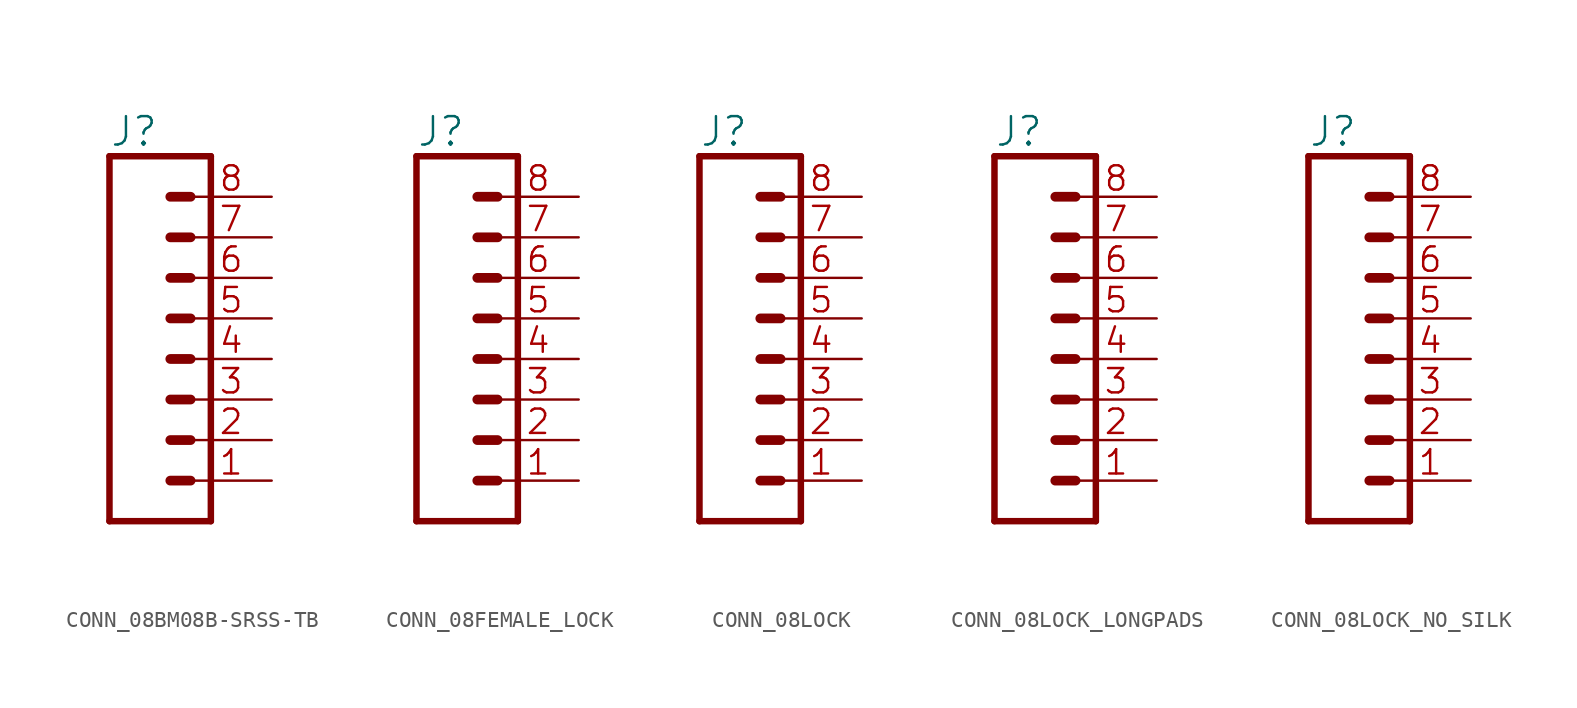
<source format=kicad_sym>
(kicad_symbol_lib
  (version 20241209)
  (generator "kicad_symbol_editor")
  (generator_version "9.0")
  (symbol "CONN_08BM08B-SRSS-TB"
    (property "Reference" "J"
      (at -5.08 13.208 0)
      (effects (font (size 1.778 1.778)) (justify left bottom)))
    (property "Value" ""
      (at -5.08 -12.446 0)
      (effects (font (size 1.778 1.778)) (justify left bottom)))
    (property "ki_locked" ""
      (at 0 0 0)
      (effects (font (size 1.27 1.27))))
    (symbol "CONN_08BM08B-SRSS-TB_1_0"
      (polyline (pts (xy -5.08 12.7) (xy -5.08 -10.16)) (stroke (width 0.406) (type solid)) (fill (type none)))
      (polyline (pts (xy -5.08 12.7) (xy 1.27 12.7)) (stroke (width 0.406) (type solid)) (fill (type none)))
      (polyline (pts (xy -1.27 10.16) (xy 0 10.16)) (stroke (width 0.61) (type solid)) (fill (type none)))
      (polyline (pts (xy -1.27 7.62) (xy 0 7.62)) (stroke (width 0.61) (type solid)) (fill (type none)))
      (polyline (pts (xy -1.27 5.08) (xy 0 5.08)) (stroke (width 0.61) (type solid)) (fill (type none)))
      (polyline (pts (xy -1.27 2.54) (xy 0 2.54)) (stroke (width 0.61) (type solid)) (fill (type none)))
      (polyline (pts (xy -1.27 0) (xy 0 0)) (stroke (width 0.61) (type solid)) (fill (type none)))
      (polyline (pts (xy -1.27 -2.54) (xy 0 -2.54)) (stroke (width 0.61) (type solid)) (fill (type none)))
      (polyline (pts (xy -1.27 -5.08) (xy 0 -5.08)) (stroke (width 0.61) (type solid)) (fill (type none)))
      (polyline (pts (xy -1.27 -7.62) (xy 0 -7.62)) (stroke (width 0.61) (type solid)) (fill (type none)))
      (polyline (pts (xy 1.27 -10.16) (xy -5.08 -10.16)) (stroke (width 0.406) (type solid)) (fill (type none)))
      (polyline (pts (xy 1.27 -10.16) (xy 1.27 12.7)) (stroke (width 0.406) (type solid)) (fill (type none)))
      (pin passive line (at 5.08 10.16 180) (length 5.08) (name "8" (effects (font (size 0 0)))) (number "8" (effects (font (size 1.524 1.524)))))
      (pin passive line (at 5.08 7.62 180) (length 5.08) (name "7" (effects (font (size 0 0)))) (number "7" (effects (font (size 1.524 1.524)))))
      (pin passive line (at 5.08 5.08 180) (length 5.08) (name "6" (effects (font (size 0 0)))) (number "6" (effects (font (size 1.524 1.524)))))
      (pin passive line (at 5.08 2.54 180) (length 5.08) (name "5" (effects (font (size 0 0)))) (number "5" (effects (font (size 1.524 1.524)))))
      (pin passive line (at 5.08 0 180) (length 5.08) (name "4" (effects (font (size 0 0)))) (number "4" (effects (font (size 1.524 1.524)))))
      (pin passive line (at 5.08 -2.54 180) (length 5.08) (name "3" (effects (font (size 0 0)))) (number "3" (effects (font (size 1.524 1.524)))))
      (pin passive line (at 5.08 -5.08 180) (length 5.08) (name "2" (effects (font (size 0 0)))) (number "2" (effects (font (size 1.524 1.524)))))
      (pin passive line (at 5.08 -7.62 180) (length 5.08) (name "1" (effects (font (size 0 0)))) (number "1" (effects (font (size 1.524 1.524)))))))
  (symbol "CONN_08FEMALE_LOCK"
    (property "Reference" "J"
      (at -5.08 13.208 0)
      (effects (font (size 1.778 1.778)) (justify left bottom)))
    (property "Value" ""
      (at -5.08 -12.446 0)
      (effects (font (size 1.778 1.778)) (justify left bottom)))
    (property "ki_locked" ""
      (at 0 0 0)
      (effects (font (size 1.27 1.27))))
    (symbol "CONN_08FEMALE_LOCK_1_0"
      (polyline (pts (xy -5.08 12.7) (xy -5.08 -10.16)) (stroke (width 0.406) (type solid)) (fill (type none)))
      (polyline (pts (xy -5.08 12.7) (xy 1.27 12.7)) (stroke (width 0.406) (type solid)) (fill (type none)))
      (polyline (pts (xy -1.27 10.16) (xy 0 10.16)) (stroke (width 0.61) (type solid)) (fill (type none)))
      (polyline (pts (xy -1.27 7.62) (xy 0 7.62)) (stroke (width 0.61) (type solid)) (fill (type none)))
      (polyline (pts (xy -1.27 5.08) (xy 0 5.08)) (stroke (width 0.61) (type solid)) (fill (type none)))
      (polyline (pts (xy -1.27 2.54) (xy 0 2.54)) (stroke (width 0.61) (type solid)) (fill (type none)))
      (polyline (pts (xy -1.27 0) (xy 0 0)) (stroke (width 0.61) (type solid)) (fill (type none)))
      (polyline (pts (xy -1.27 -2.54) (xy 0 -2.54)) (stroke (width 0.61) (type solid)) (fill (type none)))
      (polyline (pts (xy -1.27 -5.08) (xy 0 -5.08)) (stroke (width 0.61) (type solid)) (fill (type none)))
      (polyline (pts (xy -1.27 -7.62) (xy 0 -7.62)) (stroke (width 0.61) (type solid)) (fill (type none)))
      (polyline (pts (xy 1.27 -10.16) (xy -5.08 -10.16)) (stroke (width 0.406) (type solid)) (fill (type none)))
      (polyline (pts (xy 1.27 -10.16) (xy 1.27 12.7)) (stroke (width 0.406) (type solid)) (fill (type none)))
      (pin passive line (at 5.08 10.16 180) (length 5.08) (name "8" (effects (font (size 0 0)))) (number "8" (effects (font (size 1.524 1.524)))))
      (pin passive line (at 5.08 7.62 180) (length 5.08) (name "7" (effects (font (size 0 0)))) (number "7" (effects (font (size 1.524 1.524)))))
      (pin passive line (at 5.08 5.08 180) (length 5.08) (name "6" (effects (font (size 0 0)))) (number "6" (effects (font (size 1.524 1.524)))))
      (pin passive line (at 5.08 2.54 180) (length 5.08) (name "5" (effects (font (size 0 0)))) (number "5" (effects (font (size 1.524 1.524)))))
      (pin passive line (at 5.08 0 180) (length 5.08) (name "4" (effects (font (size 0 0)))) (number "4" (effects (font (size 1.524 1.524)))))
      (pin passive line (at 5.08 -2.54 180) (length 5.08) (name "3" (effects (font (size 0 0)))) (number "3" (effects (font (size 1.524 1.524)))))
      (pin passive line (at 5.08 -5.08 180) (length 5.08) (name "2" (effects (font (size 0 0)))) (number "2" (effects (font (size 1.524 1.524)))))
      (pin passive line (at 5.08 -7.62 180) (length 5.08) (name "1" (effects (font (size 0 0)))) (number "1" (effects (font (size 1.524 1.524)))))))
  (symbol "CONN_08LOCK"
    (property "Reference" "J"
      (at -5.08 13.208 0)
      (effects (font (size 1.778 1.778)) (justify left bottom)))
    (property "Value" ""
      (at -5.08 -12.446 0)
      (effects (font (size 1.778 1.778)) (justify left bottom)))
    (property "ki_locked" ""
      (at 0 0 0)
      (effects (font (size 1.27 1.27))))
    (symbol "CONN_08LOCK_1_0"
      (polyline (pts (xy -5.08 12.7) (xy -5.08 -10.16)) (stroke (width 0.406) (type solid)) (fill (type none)))
      (polyline (pts (xy -5.08 12.7) (xy 1.27 12.7)) (stroke (width 0.406) (type solid)) (fill (type none)))
      (polyline (pts (xy -1.27 10.16) (xy 0 10.16)) (stroke (width 0.61) (type solid)) (fill (type none)))
      (polyline (pts (xy -1.27 7.62) (xy 0 7.62)) (stroke (width 0.61) (type solid)) (fill (type none)))
      (polyline (pts (xy -1.27 5.08) (xy 0 5.08)) (stroke (width 0.61) (type solid)) (fill (type none)))
      (polyline (pts (xy -1.27 2.54) (xy 0 2.54)) (stroke (width 0.61) (type solid)) (fill (type none)))
      (polyline (pts (xy -1.27 0) (xy 0 0)) (stroke (width 0.61) (type solid)) (fill (type none)))
      (polyline (pts (xy -1.27 -2.54) (xy 0 -2.54)) (stroke (width 0.61) (type solid)) (fill (type none)))
      (polyline (pts (xy -1.27 -5.08) (xy 0 -5.08)) (stroke (width 0.61) (type solid)) (fill (type none)))
      (polyline (pts (xy -1.27 -7.62) (xy 0 -7.62)) (stroke (width 0.61) (type solid)) (fill (type none)))
      (polyline (pts (xy 1.27 -10.16) (xy -5.08 -10.16)) (stroke (width 0.406) (type solid)) (fill (type none)))
      (polyline (pts (xy 1.27 -10.16) (xy 1.27 12.7)) (stroke (width 0.406) (type solid)) (fill (type none)))
      (pin passive line (at 5.08 10.16 180) (length 5.08) (name "8" (effects (font (size 0 0)))) (number "8" (effects (font (size 1.524 1.524)))))
      (pin passive line (at 5.08 7.62 180) (length 5.08) (name "7" (effects (font (size 0 0)))) (number "7" (effects (font (size 1.524 1.524)))))
      (pin passive line (at 5.08 5.08 180) (length 5.08) (name "6" (effects (font (size 0 0)))) (number "6" (effects (font (size 1.524 1.524)))))
      (pin passive line (at 5.08 2.54 180) (length 5.08) (name "5" (effects (font (size 0 0)))) (number "5" (effects (font (size 1.524 1.524)))))
      (pin passive line (at 5.08 0 180) (length 5.08) (name "4" (effects (font (size 0 0)))) (number "4" (effects (font (size 1.524 1.524)))))
      (pin passive line (at 5.08 -2.54 180) (length 5.08) (name "3" (effects (font (size 0 0)))) (number "3" (effects (font (size 1.524 1.524)))))
      (pin passive line (at 5.08 -5.08 180) (length 5.08) (name "2" (effects (font (size 0 0)))) (number "2" (effects (font (size 1.524 1.524)))))
      (pin passive line (at 5.08 -7.62 180) (length 5.08) (name "1" (effects (font (size 0 0)))) (number "1" (effects (font (size 1.524 1.524)))))))
  (symbol "CONN_08LOCK_LONGPADS"
    (property "Reference" "J"
      (at -5.08 13.208 0)
      (effects (font (size 1.778 1.778)) (justify left bottom)))
    (property "Value" ""
      (at -5.08 -12.446 0)
      (effects (font (size 1.778 1.778)) (justify left bottom)))
    (property "ki_locked" ""
      (at 0 0 0)
      (effects (font (size 1.27 1.27))))
    (symbol "CONN_08LOCK_LONGPADS_1_0"
      (polyline (pts (xy -5.08 12.7) (xy -5.08 -10.16)) (stroke (width 0.406) (type solid)) (fill (type none)))
      (polyline (pts (xy -5.08 12.7) (xy 1.27 12.7)) (stroke (width 0.406) (type solid)) (fill (type none)))
      (polyline (pts (xy -1.27 10.16) (xy 0 10.16)) (stroke (width 0.61) (type solid)) (fill (type none)))
      (polyline (pts (xy -1.27 7.62) (xy 0 7.62)) (stroke (width 0.61) (type solid)) (fill (type none)))
      (polyline (pts (xy -1.27 5.08) (xy 0 5.08)) (stroke (width 0.61) (type solid)) (fill (type none)))
      (polyline (pts (xy -1.27 2.54) (xy 0 2.54)) (stroke (width 0.61) (type solid)) (fill (type none)))
      (polyline (pts (xy -1.27 0) (xy 0 0)) (stroke (width 0.61) (type solid)) (fill (type none)))
      (polyline (pts (xy -1.27 -2.54) (xy 0 -2.54)) (stroke (width 0.61) (type solid)) (fill (type none)))
      (polyline (pts (xy -1.27 -5.08) (xy 0 -5.08)) (stroke (width 0.61) (type solid)) (fill (type none)))
      (polyline (pts (xy -1.27 -7.62) (xy 0 -7.62)) (stroke (width 0.61) (type solid)) (fill (type none)))
      (polyline (pts (xy 1.27 -10.16) (xy -5.08 -10.16)) (stroke (width 0.406) (type solid)) (fill (type none)))
      (polyline (pts (xy 1.27 -10.16) (xy 1.27 12.7)) (stroke (width 0.406) (type solid)) (fill (type none)))
      (pin passive line (at 5.08 10.16 180) (length 5.08) (name "8" (effects (font (size 0 0)))) (number "8" (effects (font (size 1.524 1.524)))))
      (pin passive line (at 5.08 7.62 180) (length 5.08) (name "7" (effects (font (size 0 0)))) (number "7" (effects (font (size 1.524 1.524)))))
      (pin passive line (at 5.08 5.08 180) (length 5.08) (name "6" (effects (font (size 0 0)))) (number "6" (effects (font (size 1.524 1.524)))))
      (pin passive line (at 5.08 2.54 180) (length 5.08) (name "5" (effects (font (size 0 0)))) (number "5" (effects (font (size 1.524 1.524)))))
      (pin passive line (at 5.08 0 180) (length 5.08) (name "4" (effects (font (size 0 0)))) (number "4" (effects (font (size 1.524 1.524)))))
      (pin passive line (at 5.08 -2.54 180) (length 5.08) (name "3" (effects (font (size 0 0)))) (number "3" (effects (font (size 1.524 1.524)))))
      (pin passive line (at 5.08 -5.08 180) (length 5.08) (name "2" (effects (font (size 0 0)))) (number "2" (effects (font (size 1.524 1.524)))))
      (pin passive line (at 5.08 -7.62 180) (length 5.08) (name "1" (effects (font (size 0 0)))) (number "1" (effects (font (size 1.524 1.524)))))))
  (symbol "CONN_08LOCK_NO_SILK"
    (property "Reference" "J"
      (at -5.08 13.208 0)
      (effects (font (size 1.778 1.778)) (justify left bottom)))
    (property "Value" ""
      (at -5.08 -12.446 0)
      (effects (font (size 1.778 1.778)) (justify left bottom)))
    (property "ki_locked" ""
      (at 0 0 0)
      (effects (font (size 1.27 1.27))))
    (symbol "CONN_08LOCK_NO_SILK_1_0"
      (polyline (pts (xy -5.08 12.7) (xy -5.08 -10.16)) (stroke (width 0.406) (type solid)) (fill (type none)))
      (polyline (pts (xy -5.08 12.7) (xy 1.27 12.7)) (stroke (width 0.406) (type solid)) (fill (type none)))
      (polyline (pts (xy -1.27 10.16) (xy 0 10.16)) (stroke (width 0.61) (type solid)) (fill (type none)))
      (polyline (pts (xy -1.27 7.62) (xy 0 7.62)) (stroke (width 0.61) (type solid)) (fill (type none)))
      (polyline (pts (xy -1.27 5.08) (xy 0 5.08)) (stroke (width 0.61) (type solid)) (fill (type none)))
      (polyline (pts (xy -1.27 2.54) (xy 0 2.54)) (stroke (width 0.61) (type solid)) (fill (type none)))
      (polyline (pts (xy -1.27 0) (xy 0 0)) (stroke (width 0.61) (type solid)) (fill (type none)))
      (polyline (pts (xy -1.27 -2.54) (xy 0 -2.54)) (stroke (width 0.61) (type solid)) (fill (type none)))
      (polyline (pts (xy -1.27 -5.08) (xy 0 -5.08)) (stroke (width 0.61) (type solid)) (fill (type none)))
      (polyline (pts (xy -1.27 -7.62) (xy 0 -7.62)) (stroke (width 0.61) (type solid)) (fill (type none)))
      (polyline (pts (xy 1.27 -10.16) (xy -5.08 -10.16)) (stroke (width 0.406) (type solid)) (fill (type none)))
      (polyline (pts (xy 1.27 -10.16) (xy 1.27 12.7)) (stroke (width 0.406) (type solid)) (fill (type none)))
      (pin passive line (at 5.08 10.16 180) (length 5.08) (name "8" (effects (font (size 0 0)))) (number "8" (effects (font (size 1.524 1.524)))))
      (pin passive line (at 5.08 7.62 180) (length 5.08) (name "7" (effects (font (size 0 0)))) (number "7" (effects (font (size 1.524 1.524)))))
      (pin passive line (at 5.08 5.08 180) (length 5.08) (name "6" (effects (font (size 0 0)))) (number "6" (effects (font (size 1.524 1.524)))))
      (pin passive line (at 5.08 2.54 180) (length 5.08) (name "5" (effects (font (size 0 0)))) (number "5" (effects (font (size 1.524 1.524)))))
      (pin passive line (at 5.08 0 180) (length 5.08) (name "4" (effects (font (size 0 0)))) (number "4" (effects (font (size 1.524 1.524)))))
      (pin passive line (at 5.08 -2.54 180) (length 5.08) (name "3" (effects (font (size 0 0)))) (number "3" (effects (font (size 1.524 1.524)))))
      (pin passive line (at 5.08 -5.08 180) (length 5.08) (name "2" (effects (font (size 0 0)))) (number "2" (effects (font (size 1.524 1.524)))))
      (pin passive line (at 5.08 -7.62 180) (length 5.08) (name "1" (effects (font (size 0 0)))) (number "1" (effects (font (size 1.524 1.524))))))))
</source>
